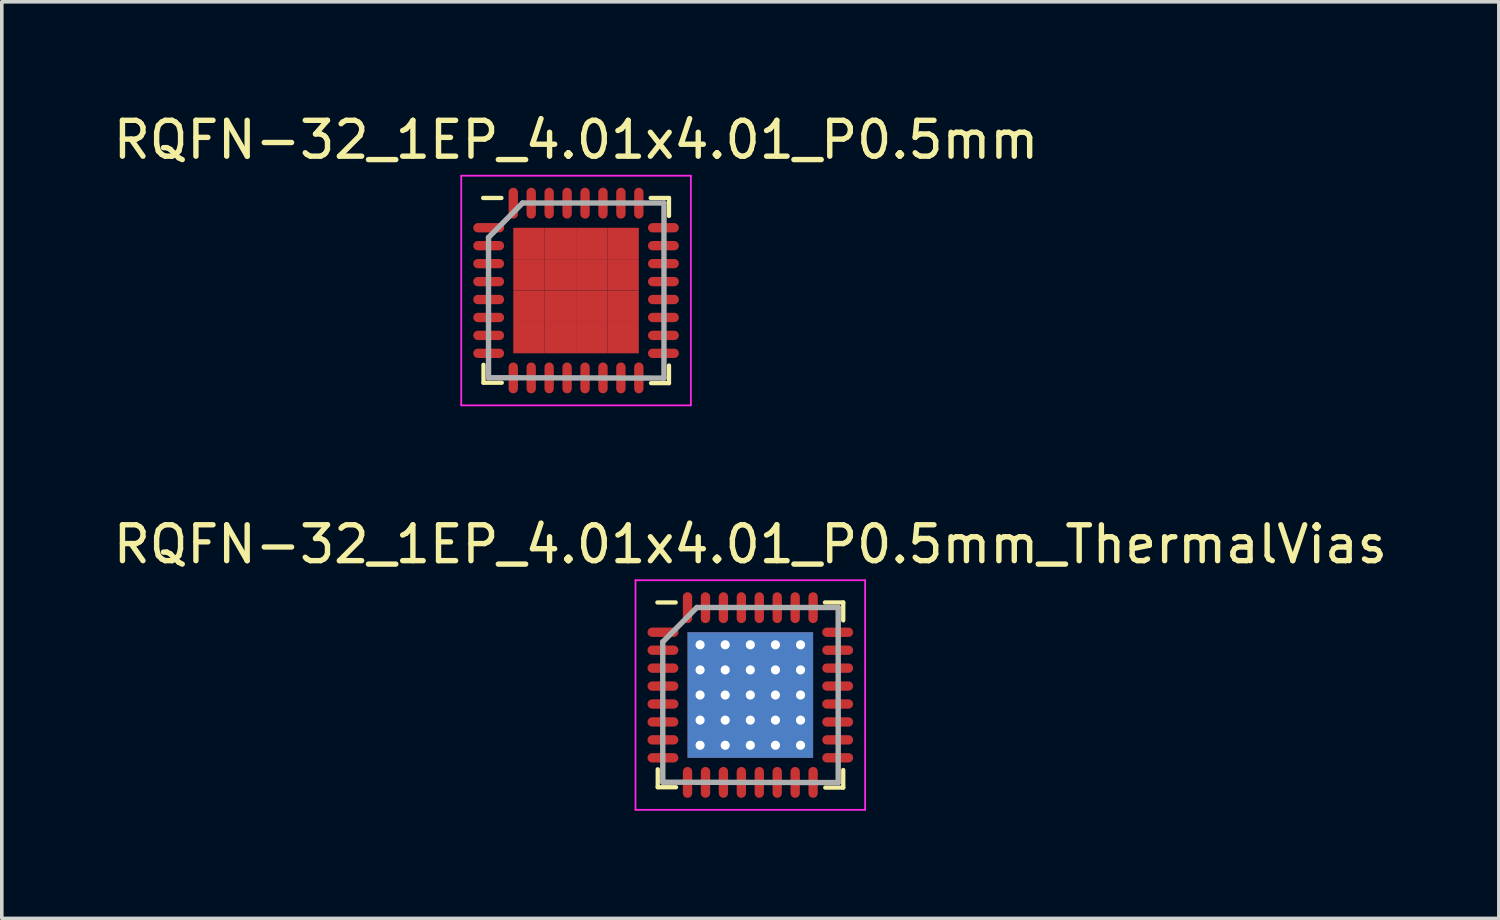
<source format=kicad_pcb>
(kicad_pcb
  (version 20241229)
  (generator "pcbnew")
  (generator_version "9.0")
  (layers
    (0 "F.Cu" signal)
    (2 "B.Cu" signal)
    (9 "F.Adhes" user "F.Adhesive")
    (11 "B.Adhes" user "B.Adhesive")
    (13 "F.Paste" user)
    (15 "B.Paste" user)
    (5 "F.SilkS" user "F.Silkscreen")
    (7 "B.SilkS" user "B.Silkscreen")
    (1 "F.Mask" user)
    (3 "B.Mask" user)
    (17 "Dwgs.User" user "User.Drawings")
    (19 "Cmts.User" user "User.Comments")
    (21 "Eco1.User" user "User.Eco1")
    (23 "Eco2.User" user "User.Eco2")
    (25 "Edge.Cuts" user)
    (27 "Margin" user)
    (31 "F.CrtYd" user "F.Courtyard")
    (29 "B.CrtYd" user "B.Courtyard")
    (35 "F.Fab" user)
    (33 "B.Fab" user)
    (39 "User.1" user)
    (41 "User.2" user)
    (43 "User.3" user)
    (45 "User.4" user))
  (footprint "RQFN-32_1EP_4.01x4.01_P0.5mm"
    (layer "F.Cu")
    (at 13.006 5.048)
    (property "Reference" "RQFN-32_1EP_4.01x4.01_P0.5mm" (at 0 -4.2 0) (layer "F.SilkS") (effects (font (size 1 1) (thickness 0.15))))
    (attr smd)
    (fp_line (start -2.59 -2.58) (end -2.08 -2.58) (stroke (width 0.12) (type solid)) (layer "F.SilkS"))
    (fp_line (start -2.58 2.07) (end -2.58 2.57) (stroke (width 0.12) (type solid)) (layer "F.SilkS"))
    (fp_line (start -2.58 2.57) (end -2.07 2.57) (stroke (width 0.12) (type solid)) (layer "F.SilkS"))
    (fp_line (start 2.08 -2.58) (end 2.59 -2.58) (stroke (width 0.12) (type solid)) (layer "F.SilkS"))
    (fp_line (start 2.09 2.58) (end 2.59 2.58) (stroke (width 0.12) (type solid)) (layer "F.SilkS"))
    (fp_line (start 2.59 -2.58) (end 2.59 -2.08) (stroke (width 0.12) (type solid)) (layer "F.SilkS"))
    (fp_line (start 2.59 2.58) (end 2.59 2.09) (stroke (width 0.12) (type solid)) (layer "F.SilkS"))
    (fp_line (start -3.2 -3.2) (end 3.2 -3.2) (stroke (width 0.05) (type solid)) (layer "F.CrtYd"))
    (fp_line (start -3.2 3.2) (end -3.2 -3.2) (stroke (width 0.05) (type solid)) (layer "F.CrtYd"))
    (fp_line (start 3.2 -3.2) (end 3.2 3.2) (stroke (width 0.05) (type solid)) (layer "F.CrtYd"))
    (fp_line (start 3.2 3.2) (end -3.2 3.2) (stroke (width 0.05) (type solid)) (layer "F.CrtYd"))
    (fp_line (start -2.44 -1.48) (end -2.44 2.43) (stroke (width 0.15) (type solid)) (layer "F.Fab"))
    (fp_line (start -2.44 2.43) (end 2.45 2.44) (stroke (width 0.15) (type solid)) (layer "F.Fab"))
    (fp_line (start -1.49 -2.44) (end -2.44 -1.48) (stroke (width 0.15) (type solid)) (layer "F.Fab"))
    (fp_line (start 2.45 -2.44) (end -1.49 -2.44) (stroke (width 0.15) (type solid)) (layer "F.Fab"))
    (fp_line (start 2.45 2.44) (end 2.45 -2.44) (stroke (width 0.15) (type solid)) (layer "F.Fab"))
    (pad "0" smd rect (at -1.312 -1.312) (size 0.875 0.875) (layers "F.Cu" "F.Mask" "F.Paste"))
    (pad "0" smd rect (at -1.312 -0.438) (size 0.875 0.875) (layers "F.Cu" "F.Mask" "F.Paste"))
    (pad "0" smd rect (at -1.312 0.438) (size 0.875 0.875) (layers "F.Cu" "F.Mask" "F.Paste"))
    (pad "0" smd rect (at -1.312 1.312) (size 0.875 0.875) (layers "F.Cu" "F.Mask" "F.Paste"))
    (pad "0" smd rect (at -0.438 -1.312) (size 0.875 0.875) (layers "F.Cu" "F.Mask" "F.Paste"))
    (pad "0" smd rect (at -0.438 -0.438) (size 0.875 0.875) (layers "F.Cu" "F.Mask" "F.Paste"))
    (pad "0" smd rect (at -0.438 0.438) (size 0.875 0.875) (layers "F.Cu" "F.Mask" "F.Paste"))
    (pad "0" smd rect (at -0.438 1.312) (size 0.875 0.875) (layers "F.Cu" "F.Mask" "F.Paste"))
    (pad "0" smd rect (at 0.438 -1.312) (size 0.875 0.875) (layers "F.Cu" "F.Mask" "F.Paste"))
    (pad "0" smd rect (at 0.438 -0.438) (size 0.875 0.875) (layers "F.Cu" "F.Mask" "F.Paste"))
    (pad "0" smd rect (at 0.438 0.438) (size 0.875 0.875) (layers "F.Cu" "F.Mask" "F.Paste"))
    (pad "0" smd rect (at 0.438 1.312) (size 0.875 0.875) (layers "F.Cu" "F.Mask" "F.Paste"))
    (pad "0" smd rect (at 1.312 -1.312) (size 0.875 0.875) (layers "F.Cu" "F.Mask" "F.Paste"))
    (pad "0" smd rect (at 1.312 -0.438) (size 0.875 0.875) (layers "F.Cu" "F.Mask" "F.Paste"))
    (pad "0" smd rect (at 1.312 0.438) (size 0.875 0.875) (layers "F.Cu" "F.Mask" "F.Paste"))
    (pad "0" smd rect (at 1.312 1.312) (size 0.875 0.875) (layers "F.Cu" "F.Mask" "F.Paste"))
    (pad "1" smd oval (at -2.435 -1.75 90) (size 0.26 0.86) (layers "F.Cu" "F.Mask" "F.Paste"))
    (pad "2" smd oval (at -2.435 -1.25 90) (size 0.26 0.86) (layers "F.Cu" "F.Mask" "F.Paste"))
    (pad "3" smd oval (at -2.435 -0.75 90) (size 0.26 0.86) (layers "F.Cu" "F.Mask" "F.Paste"))
    (pad "4" smd oval (at -2.435 -0.25 90) (size 0.26 0.86) (layers "F.Cu" "F.Mask" "F.Paste"))
    (pad "5" smd oval (at -2.435 0.25 90) (size 0.26 0.86) (layers "F.Cu" "F.Mask" "F.Paste"))
    (pad "6" smd oval (at -2.435 0.75 90) (size 0.26 0.86) (layers "F.Cu" "F.Mask" "F.Paste"))
    (pad "7" smd oval (at -2.435 1.25 90) (size 0.26 0.86) (layers "F.Cu" "F.Mask" "F.Paste"))
    (pad "8" smd oval (at -2.435 1.75 90) (size 0.26 0.86) (layers "F.Cu" "F.Mask" "F.Paste"))
    (pad "9" smd oval (at -1.75 2.435) (size 0.26 0.86) (layers "F.Cu" "F.Mask" "F.Paste"))
    (pad "10" smd oval (at -1.25 2.435) (size 0.26 0.86) (layers "F.Cu" "F.Mask" "F.Paste"))
    (pad "11" smd oval (at -0.75 2.435) (size 0.26 0.86) (layers "F.Cu" "F.Mask" "F.Paste"))
    (pad "12" smd oval (at -0.25 2.435) (size 0.26 0.86) (layers "F.Cu" "F.Mask" "F.Paste"))
    (pad "13" smd oval (at 0.25 2.435) (size 0.26 0.86) (layers "F.Cu" "F.Mask" "F.Paste"))
    (pad "14" smd oval (at 0.75 2.435) (size 0.26 0.86) (layers "F.Cu" "F.Mask" "F.Paste"))
    (pad "15" smd oval (at 1.25 2.435) (size 0.26 0.86) (layers "F.Cu" "F.Mask" "F.Paste"))
    (pad "16" smd oval (at 1.75 2.435) (size 0.26 0.86) (layers "F.Cu" "F.Mask" "F.Paste"))
    (pad "17" smd oval (at 2.435 1.75 90) (size 0.26 0.86) (layers "F.Cu" "F.Mask" "F.Paste"))
    (pad "18" smd oval (at 2.435 1.25 90) (size 0.26 0.86) (layers "F.Cu" "F.Mask" "F.Paste"))
    (pad "19" smd oval (at 2.435 0.75 90) (size 0.26 0.86) (layers "F.Cu" "F.Mask" "F.Paste"))
    (pad "20" smd oval (at 2.435 0.25 90) (size 0.26 0.86) (layers "F.Cu" "F.Mask" "F.Paste"))
    (pad "21" smd oval (at 2.435 -0.25 90) (size 0.26 0.86) (layers "F.Cu" "F.Mask" "F.Paste"))
    (pad "22" smd oval (at 2.435 -0.75 90) (size 0.26 0.86) (layers "F.Cu" "F.Mask" "F.Paste"))
    (pad "23" smd oval (at 2.435 -1.25 90) (size 0.26 0.86) (layers "F.Cu" "F.Mask" "F.Paste"))
    (pad "24" smd oval (at 2.435 -1.75 90) (size 0.26 0.86) (layers "F.Cu" "F.Mask" "F.Paste"))
    (pad "25" smd oval (at 1.75 -2.435) (size 0.26 0.86) (layers "F.Cu" "F.Mask" "F.Paste"))
    (pad "26" smd oval (at 1.25 -2.435) (size 0.26 0.86) (layers "F.Cu" "F.Mask" "F.Paste"))
    (pad "27" smd oval (at 0.75 -2.435) (size 0.26 0.86) (layers "F.Cu" "F.Mask" "F.Paste"))
    (pad "28" smd oval (at 0.25 -2.435) (size 0.26 0.86) (layers "F.Cu" "F.Mask" "F.Paste"))
    (pad "29" smd oval (at -0.25 -2.435) (size 0.26 0.86) (layers "F.Cu" "F.Mask" "F.Paste"))
    (pad "30" smd oval (at -0.75 -2.435) (size 0.26 0.86) (layers "F.Cu" "F.Mask" "F.Paste"))
    (pad "31" smd oval (at -1.25 -2.435) (size 0.26 0.86) (layers "F.Cu" "F.Mask" "F.Paste"))
    (pad "32" smd oval (at -1.75 -2.435) (size 0.26 0.86) (layers "F.Cu" "F.Mask" "F.Paste")))
  (footprint "RQFN-32_1EP_4.01x4.01_P0.5mm_ThermalVias"
    (layer "F.Cu")
    (at 17.863 16.322)
    (property "Reference" "RQFN-32_1EP_4.01x4.01_P0.5mm_ThermalVias" (at 0 -4.2 0) (layer "F.SilkS") (effects (font (size 1 1) (thickness 0.15))))
    (attr smd)
    (fp_line (start -2.59 -2.58) (end -2.08 -2.58) (stroke (width 0.12) (type solid)) (layer "F.SilkS"))
    (fp_line (start -2.58 2.07) (end -2.58 2.57) (stroke (width 0.12) (type solid)) (layer "F.SilkS"))
    (fp_line (start -2.58 2.57) (end -2.07 2.57) (stroke (width 0.12) (type solid)) (layer "F.SilkS"))
    (fp_line (start 2.08 -2.58) (end 2.59 -2.58) (stroke (width 0.12) (type solid)) (layer "F.SilkS"))
    (fp_line (start 2.09 2.58) (end 2.59 2.58) (stroke (width 0.12) (type solid)) (layer "F.SilkS"))
    (fp_line (start 2.59 -2.58) (end 2.59 -2.08) (stroke (width 0.12) (type solid)) (layer "F.SilkS"))
    (fp_line (start 2.59 2.58) (end 2.59 2.09) (stroke (width 0.12) (type solid)) (layer "F.SilkS"))
    (fp_line (start -3.2 -3.2) (end 3.2 -3.2) (stroke (width 0.05) (type solid)) (layer "F.CrtYd"))
    (fp_line (start -3.2 3.2) (end -3.2 -3.2) (stroke (width 0.05) (type solid)) (layer "F.CrtYd"))
    (fp_line (start 3.2 -3.2) (end 3.2 3.2) (stroke (width 0.05) (type solid)) (layer "F.CrtYd"))
    (fp_line (start 3.2 3.2) (end -3.2 3.2) (stroke (width 0.05) (type solid)) (layer "F.CrtYd"))
    (fp_line (start -2.44 -1.48) (end -2.44 2.43) (stroke (width 0.15) (type solid)) (layer "F.Fab"))
    (fp_line (start -2.44 2.43) (end 2.45 2.44) (stroke (width 0.15) (type solid)) (layer "F.Fab"))
    (fp_line (start -1.49 -2.44) (end -2.44 -1.48) (stroke (width 0.15) (type solid)) (layer "F.Fab"))
    (fp_line (start 2.45 -2.44) (end -1.49 -2.44) (stroke (width 0.15) (type solid)) (layer "F.Fab"))
    (fp_line (start 2.45 2.44) (end 2.45 -2.44) (stroke (width 0.15) (type solid)) (layer "F.Fab"))
    (pad "0" thru_hole circle (at -1.4 -1.4) (size 0.3 0.3) (drill 0.254) (layers "*.Cu" "F.Mask"))
    (pad "0" thru_hole circle (at -1.4 -0.7) (size 0.3 0.3) (drill 0.254) (layers "*.Cu" "F.Mask"))
    (pad "0" thru_hole circle (at -1.4 0) (size 0.3 0.3) (drill 0.254) (layers "*.Cu" "F.Mask"))
    (pad "0" thru_hole circle (at -1.4 0.7) (size 0.3 0.3) (drill 0.254) (layers "*.Cu" "F.Mask"))
    (pad "0" thru_hole circle (at -1.4 1.4) (size 0.3 0.3) (drill 0.254) (layers "*.Cu" "F.Mask"))
    (pad "0" thru_hole circle (at -0.7 -1.4) (size 0.3 0.3) (drill 0.254) (layers "*.Cu" "F.Mask"))
    (pad "0" thru_hole circle (at -0.7 -0.7) (size 0.3 0.3) (drill 0.254) (layers "*.Cu" "F.Mask"))
    (pad "0" thru_hole circle (at -0.7 0) (size 0.3 0.3) (drill 0.254) (layers "*.Cu" "F.Mask"))
    (pad "0" thru_hole circle (at -0.7 0.7) (size 0.3 0.3) (drill 0.254) (layers "*.Cu" "F.Mask"))
    (pad "0" thru_hole circle (at -0.7 1.4) (size 0.3 0.3) (drill 0.254) (layers "*.Cu" "F.Mask"))
    (pad "0" thru_hole circle (at 0 -1.4) (size 0.3 0.3) (drill 0.254) (layers "*.Cu" "F.Mask"))
    (pad "0" thru_hole circle (at 0 -0.7) (size 0.3 0.3) (drill 0.254) (layers "*.Cu" "F.Mask"))
    (pad "0" thru_hole circle (at 0 0) (size 0.3 0.3) (drill 0.254) (layers "*.Cu" "F.Mask"))
    (pad "0" smd rect (at 0 0) (size 3.5 3.5) (layers "F.Cu" "F.Mask" "F.Paste"))
    (pad "0" smd rect (at 0 0) (size 3.5 3.5) (layers "B.Cu"))
    (pad "0" thru_hole circle (at 0 0.7) (size 0.3 0.3) (drill 0.254) (layers "*.Cu" "F.Mask"))
    (pad "0" thru_hole circle (at 0 1.4) (size 0.3 0.3) (drill 0.254) (layers "*.Cu" "F.Mask"))
    (pad "0" thru_hole circle (at 0.7 -1.4) (size 0.3 0.3) (drill 0.254) (layers "*.Cu" "F.Mask"))
    (pad "0" thru_hole circle (at 0.7 -0.7) (size 0.3 0.3) (drill 0.254) (layers "*.Cu" "F.Mask"))
    (pad "0" thru_hole circle (at 0.7 0) (size 0.3 0.3) (drill 0.254) (layers "*.Cu" "F.Mask"))
    (pad "0" thru_hole circle (at 0.7 0.7) (size 0.3 0.3) (drill 0.254) (layers "*.Cu" "F.Mask"))
    (pad "0" thru_hole circle (at 0.7 1.4) (size 0.3 0.3) (drill 0.254) (layers "*.Cu" "F.Mask"))
    (pad "0" thru_hole circle (at 1.4 -1.4) (size 0.3 0.3) (drill 0.254) (layers "*.Cu" "F.Mask"))
    (pad "0" thru_hole circle (at 1.4 -0.7) (size 0.3 0.3) (drill 0.254) (layers "*.Cu" "F.Mask"))
    (pad "0" thru_hole circle (at 1.4 0) (size 0.3 0.3) (drill 0.254) (layers "*.Cu" "F.Mask"))
    (pad "0" thru_hole circle (at 1.4 0.7) (size 0.3 0.3) (drill 0.254) (layers "*.Cu" "F.Mask"))
    (pad "0" thru_hole circle (at 1.4 1.4) (size 0.3 0.3) (drill 0.254) (layers "*.Cu" "F.Mask"))
    (pad "1" smd oval (at -2.435 -1.75 90) (size 0.26 0.86) (layers "F.Cu" "F.Mask" "F.Paste"))
    (pad "2" smd oval (at -2.435 -1.25 90) (size 0.26 0.86) (layers "F.Cu" "F.Mask" "F.Paste"))
    (pad "3" smd oval (at -2.435 -0.75 90) (size 0.26 0.86) (layers "F.Cu" "F.Mask" "F.Paste"))
    (pad "4" smd oval (at -2.435 -0.25 90) (size 0.26 0.86) (layers "F.Cu" "F.Mask" "F.Paste"))
    (pad "5" smd oval (at -2.435 0.25 90) (size 0.26 0.86) (layers "F.Cu" "F.Mask" "F.Paste"))
    (pad "6" smd oval (at -2.435 0.75 90) (size 0.26 0.86) (layers "F.Cu" "F.Mask" "F.Paste"))
    (pad "7" smd oval (at -2.435 1.25 90) (size 0.26 0.86) (layers "F.Cu" "F.Mask" "F.Paste"))
    (pad "8" smd oval (at -2.435 1.75 90) (size 0.26 0.86) (layers "F.Cu" "F.Mask" "F.Paste"))
    (pad "9" smd oval (at -1.75 2.435) (size 0.26 0.86) (layers "F.Cu" "F.Mask" "F.Paste"))
    (pad "10" smd oval (at -1.25 2.435) (size 0.26 0.86) (layers "F.Cu" "F.Mask" "F.Paste"))
    (pad "11" smd oval (at -0.75 2.435) (size 0.26 0.86) (layers "F.Cu" "F.Mask" "F.Paste"))
    (pad "12" smd oval (at -0.25 2.435) (size 0.26 0.86) (layers "F.Cu" "F.Mask" "F.Paste"))
    (pad "13" smd oval (at 0.25 2.435) (size 0.26 0.86) (layers "F.Cu" "F.Mask" "F.Paste"))
    (pad "14" smd oval (at 0.75 2.435) (size 0.26 0.86) (layers "F.Cu" "F.Mask" "F.Paste"))
    (pad "15" smd oval (at 1.25 2.435) (size 0.26 0.86) (layers "F.Cu" "F.Mask" "F.Paste"))
    (pad "16" smd oval (at 1.75 2.435) (size 0.26 0.86) (layers "F.Cu" "F.Mask" "F.Paste"))
    (pad "17" smd oval (at 2.435 1.75 90) (size 0.26 0.86) (layers "F.Cu" "F.Mask" "F.Paste"))
    (pad "18" smd oval (at 2.435 1.25 90) (size 0.26 0.86) (layers "F.Cu" "F.Mask" "F.Paste"))
    (pad "19" smd oval (at 2.435 0.75 90) (size 0.26 0.86) (layers "F.Cu" "F.Mask" "F.Paste"))
    (pad "20" smd oval (at 2.435 0.25 90) (size 0.26 0.86) (layers "F.Cu" "F.Mask" "F.Paste"))
    (pad "21" smd oval (at 2.435 -0.25 90) (size 0.26 0.86) (layers "F.Cu" "F.Mask" "F.Paste"))
    (pad "22" smd oval (at 2.435 -0.75 90) (size 0.26 0.86) (layers "F.Cu" "F.Mask" "F.Paste"))
    (pad "23" smd oval (at 2.435 -1.25 90) (size 0.26 0.86) (layers "F.Cu" "F.Mask" "F.Paste"))
    (pad "24" smd oval (at 2.435 -1.75 90) (size 0.26 0.86) (layers "F.Cu" "F.Mask" "F.Paste"))
    (pad "25" smd oval (at 1.75 -2.435) (size 0.26 0.86) (layers "F.Cu" "F.Mask" "F.Paste"))
    (pad "26" smd oval (at 1.25 -2.435) (size 0.26 0.86) (layers "F.Cu" "F.Mask" "F.Paste"))
    (pad "27" smd oval (at 0.75 -2.435) (size 0.26 0.86) (layers "F.Cu" "F.Mask" "F.Paste"))
    (pad "28" smd oval (at 0.25 -2.435) (size 0.26 0.86) (layers "F.Cu" "F.Mask" "F.Paste"))
    (pad "29" smd oval (at -0.25 -2.435) (size 0.26 0.86) (layers "F.Cu" "F.Mask" "F.Paste"))
    (pad "30" smd oval (at -0.75 -2.435) (size 0.26 0.86) (layers "F.Cu" "F.Mask" "F.Paste"))
    (pad "31" smd oval (at -1.25 -2.435) (size 0.26 0.86) (layers "F.Cu" "F.Mask" "F.Paste"))
    (pad "32" smd oval (at -1.75 -2.435) (size 0.26 0.86) (layers "F.Cu" "F.Mask" "F.Paste")))
  (gr_rect
    (start -3 -3)
    (end 38.726 22.547)
    (stroke (width 0.1) (type default))
    (fill no)
    (layer "Edge.Cuts")))
</source>
